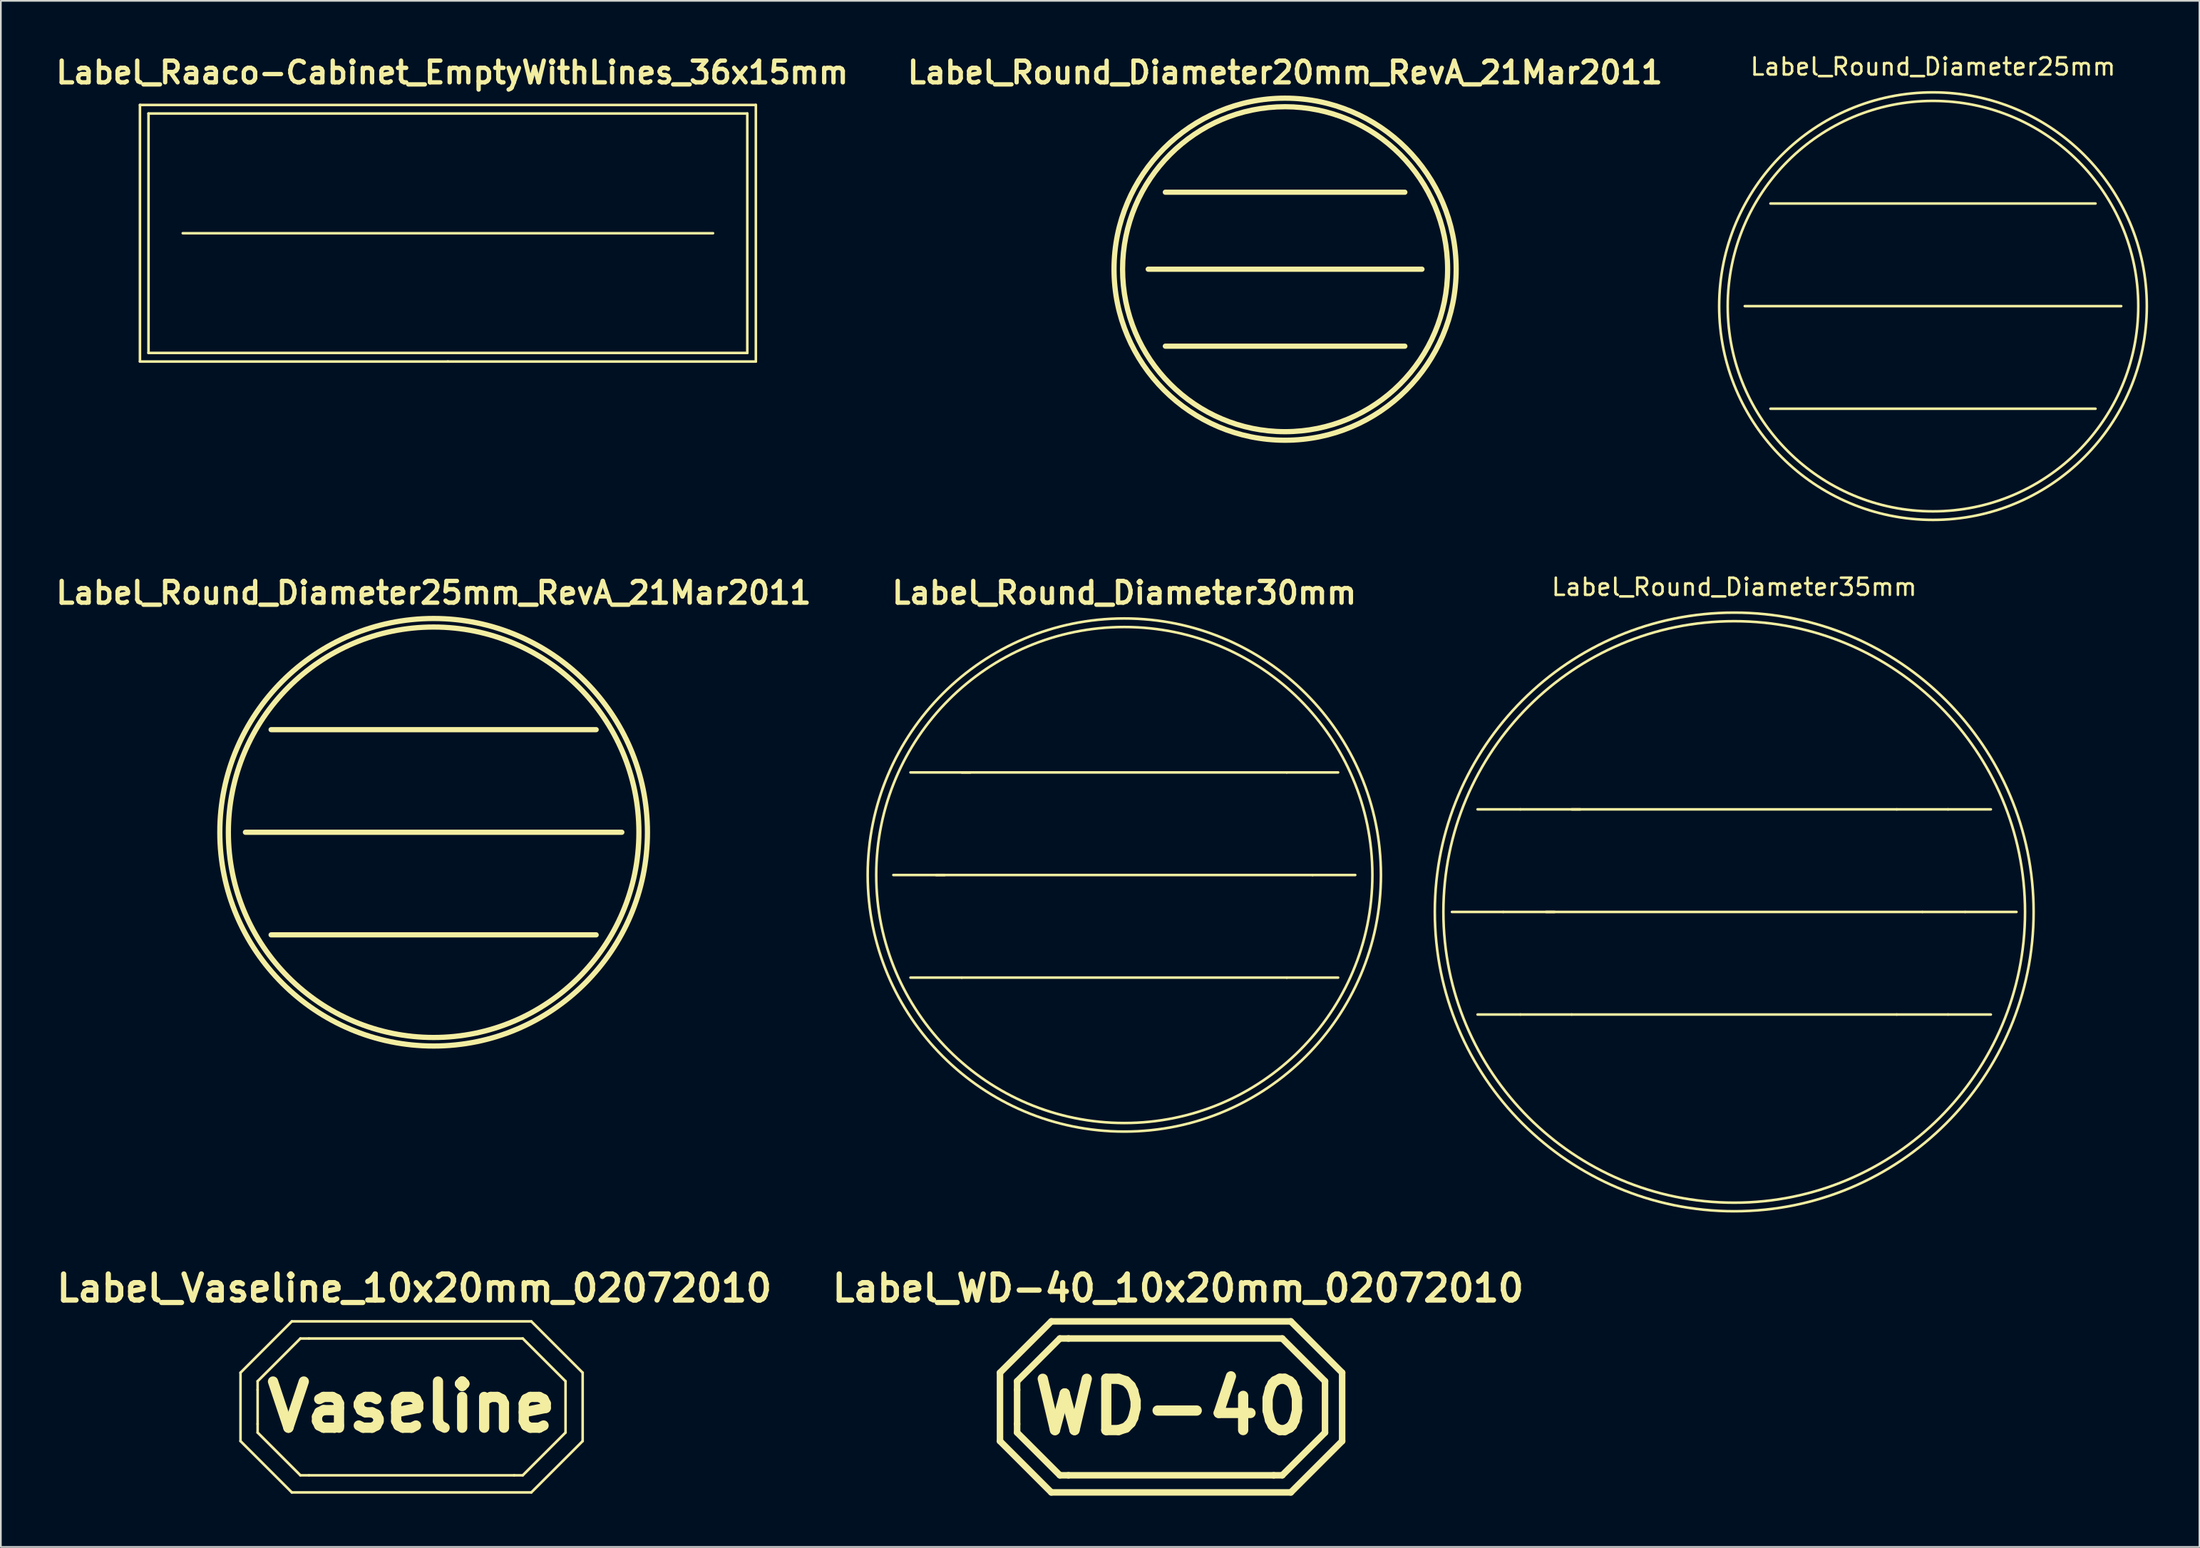
<source format=kicad_pcb>
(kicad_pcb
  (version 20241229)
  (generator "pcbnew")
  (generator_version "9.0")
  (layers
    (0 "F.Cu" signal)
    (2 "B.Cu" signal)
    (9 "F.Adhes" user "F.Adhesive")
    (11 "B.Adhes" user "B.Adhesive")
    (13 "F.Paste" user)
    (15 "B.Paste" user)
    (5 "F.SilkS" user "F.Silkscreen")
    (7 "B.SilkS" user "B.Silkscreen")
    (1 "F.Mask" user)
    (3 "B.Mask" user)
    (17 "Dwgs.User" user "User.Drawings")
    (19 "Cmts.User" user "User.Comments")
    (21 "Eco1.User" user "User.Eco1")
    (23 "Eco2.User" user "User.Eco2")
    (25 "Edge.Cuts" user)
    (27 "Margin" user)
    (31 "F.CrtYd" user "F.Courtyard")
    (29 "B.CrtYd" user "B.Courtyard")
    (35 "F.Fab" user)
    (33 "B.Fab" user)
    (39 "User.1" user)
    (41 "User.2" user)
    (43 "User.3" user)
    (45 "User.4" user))
  (footprint "Label_Round_Diameter35mm"
    (layer "F.Cu")
    (at 98.323 50.271)
    (property "Reference" "Label_Round_Diameter35mm" (at 0 -18.999 0) (layer "F.SilkS") (effects (font (size 1 1) (thickness 0.15))))
    (attr through_hole)
    (fp_line (start -13.5 0) (end -16.5 0) (stroke (width 0.15) (type solid)) (layer "F.SilkS"))
    (fp_line (start -12.499 -5.999) (end -15.001 -5.999) (stroke (width 0.15) (type solid)) (layer "F.SilkS"))
    (fp_line (start -12.499 5.999) (end -15.001 5.999) (stroke (width 0.15) (type solid)) (layer "F.SilkS"))
    (fp_line (start -11.001 0) (end 11.001 0) (stroke (width 0.15) (type solid)) (layer "F.SilkS"))
    (fp_line (start -10.5 0) (end -13.5 0) (stroke (width 0.15) (type solid)) (layer "F.SilkS"))
    (fp_line (start -9.5 5.999) (end -12.499 5.999) (stroke (width 0.15) (type solid)) (layer "F.SilkS"))
    (fp_line (start -9.5 5.999) (end 9.5 5.999) (stroke (width 0.15) (type solid)) (layer "F.SilkS"))
    (fp_line (start -8.999 -5.999) (end -12.499 -5.999) (stroke (width 0.15) (type solid)) (layer "F.SilkS"))
    (fp_line (start 9.5 -5.999) (end -9.5 -5.999) (stroke (width 0.15) (type solid)) (layer "F.SilkS"))
    (fp_line (start 9.5 -5.999) (end 12.499 -5.999) (stroke (width 0.15) (type solid)) (layer "F.SilkS"))
    (fp_line (start 9.5 5.999) (end 12.499 5.999) (stroke (width 0.15) (type solid)) (layer "F.SilkS"))
    (fp_line (start 11.001 0) (end 13.5 0) (stroke (width 0.15) (type solid)) (layer "F.SilkS"))
    (fp_line (start 12.499 -5.999) (end 15.001 -5.999) (stroke (width 0.15) (type solid)) (layer "F.SilkS"))
    (fp_line (start 12.499 5.999) (end 15.001 5.999) (stroke (width 0.15) (type solid)) (layer "F.SilkS"))
    (fp_line (start 13.5 0) (end 16.5 0) (stroke (width 0.15) (type solid)) (layer "F.SilkS"))
    (fp_circle (center 0 0) (end 17 0) (stroke (width 0.15) (type solid)) (fill no) (layer "F.SilkS"))
    (fp_circle (center 0 0) (end 17.501 0) (stroke (width 0.15) (type solid)) (fill no) (layer "F.SilkS")))
  (footprint "Label_Raaco-Cabinet_EmptyWithLines_36x15mm"
    (layer "F.Cu")
    (at 23.132 10.587)
    (property "Reference" "Label_Raaco-Cabinet_EmptyWithLines_36x15mm" (at 0.254 -9.398 0) (layer "F.SilkS") (effects (font (size 1.27 1.27) (thickness 0.254))))
    (attr through_hole)
    (fp_line (start -18.001 -7.501) (end -18.001 7.501) (stroke (width 0.15) (type solid)) (layer "F.SilkS"))
    (fp_line (start -18.001 7.501) (end 0 7.501) (stroke (width 0.15) (type solid)) (layer "F.SilkS"))
    (fp_line (start -17.501 -7) (end 17.501 -7) (stroke (width 0.15) (type solid)) (layer "F.SilkS"))
    (fp_line (start -17.501 7) (end -17.501 -7) (stroke (width 0.15) (type solid)) (layer "F.SilkS"))
    (fp_line (start -15.499 0) (end 15.499 0) (stroke (width 0.15) (type solid)) (layer "F.SilkS"))
    (fp_line (start 0 7.501) (end 18.001 7.501) (stroke (width 0.15) (type solid)) (layer "F.SilkS"))
    (fp_line (start 17.501 -7) (end 17.501 7) (stroke (width 0.15) (type solid)) (layer "F.SilkS"))
    (fp_line (start 17.501 7) (end -17.501 7) (stroke (width 0.15) (type solid)) (layer "F.SilkS"))
    (fp_line (start 18.001 -7.501) (end -18.001 -7.501) (stroke (width 0.15) (type solid)) (layer "F.SilkS"))
    (fp_line (start 18.001 7.501) (end 18.001 -7.501) (stroke (width 0.15) (type solid)) (layer "F.SilkS")))
  (footprint "Label_Vaseline_10x20mm_02072010"
    (layer "F.Cu")
    (at 21.169 79.131)
    (property "Reference" "Label_Vaseline_10x20mm_02072010" (at 0 -6.858 0) (layer "F.SilkS") (effects (font (size 1.524 1.524) (thickness 0.305))))
    (attr through_hole)
    (fp_line (start -10.16 -1.92) (end -10.16 2.08) (stroke (width 0.15) (type solid)) (layer "F.SilkS"))
    (fp_line (start -10.16 -1.92) (end -7.16 -4.92) (stroke (width 0.15) (type solid)) (layer "F.SilkS"))
    (fp_line (start -10.16 2.08) (end -7.16 5.08) (stroke (width 0.15) (type solid)) (layer "F.SilkS"))
    (fp_line (start -9.159 -1.42) (end -6.66 -3.919) (stroke (width 0.15) (type solid)) (layer "F.SilkS"))
    (fp_line (start -9.159 -0.919) (end -9.159 -1.42) (stroke (width 0.15) (type solid)) (layer "F.SilkS"))
    (fp_line (start -9.159 -0.919) (end -9.159 1.079) (stroke (width 0.15) (type solid)) (layer "F.SilkS"))
    (fp_line (start -9.159 1.079) (end -9.159 1.58) (stroke (width 0.15) (type solid)) (layer "F.SilkS"))
    (fp_line (start -9.159 1.58) (end -6.66 4.079) (stroke (width 0.15) (type solid)) (layer "F.SilkS"))
    (fp_line (start -7.16 -4.92) (end 6.84 -4.92) (stroke (width 0.15) (type solid)) (layer "F.SilkS"))
    (fp_line (start -6.66 -3.919) (end -6.16 -3.919) (stroke (width 0.15) (type solid)) (layer "F.SilkS"))
    (fp_line (start -6.66 4.079) (end -6.16 4.079) (stroke (width 0.15) (type solid)) (layer "F.SilkS"))
    (fp_line (start -6.16 4.079) (end 5.839 4.079) (stroke (width 0.15) (type solid)) (layer "F.SilkS"))
    (fp_line (start 6.34 -3.919) (end -6.16 -3.919) (stroke (width 0.15) (type solid)) (layer "F.SilkS"))
    (fp_line (start 6.34 4.079) (end 5.839 4.079) (stroke (width 0.15) (type solid)) (layer "F.SilkS"))
    (fp_line (start 6.84 5.08) (end -7.16 5.08) (stroke (width 0.15) (type solid)) (layer "F.SilkS"))
    (fp_line (start 6.84 5.08) (end 9.84 2.08) (stroke (width 0.15) (type solid)) (layer "F.SilkS"))
    (fp_line (start 8.839 -1.42) (end 6.34 -3.919) (stroke (width 0.15) (type solid)) (layer "F.SilkS"))
    (fp_line (start 8.839 -1.42) (end 8.839 1.58) (stroke (width 0.15) (type solid)) (layer "F.SilkS"))
    (fp_line (start 8.839 1.58) (end 6.34 4.079) (stroke (width 0.15) (type solid)) (layer "F.SilkS"))
    (fp_line (start 9.84 -1.92) (end 6.84 -4.92) (stroke (width 0.15) (type solid)) (layer "F.SilkS"))
    (fp_line (start 9.84 -1.92) (end 9.84 2.08) (stroke (width 0.15) (type solid)) (layer "F.SilkS"))
    (fp_text user "Vaseline" (at -0.16 0.079 0) (layer "F.SilkS") (effects (font (size 2.7 2.7) (thickness 0.599)))))
  (footprint "Label_Round_Diameter25mm"
    (layer "F.Cu")
    (at 109.942 14.849)
    (property "Reference" "Label_Round_Diameter25mm" (at 0 -14 0) (layer "F.SilkS") (effects (font (size 1 1) (thickness 0.15))))
    (attr through_hole)
    (fp_line (start -11.001 0) (end 11.001 0) (stroke (width 0.15) (type solid)) (layer "F.SilkS"))
    (fp_line (start -9.5 5.999) (end 9.5 5.999) (stroke (width 0.15) (type solid)) (layer "F.SilkS"))
    (fp_line (start 9.5 -5.999) (end -9.5 -5.999) (stroke (width 0.15) (type solid)) (layer "F.SilkS"))
    (fp_circle (center 0 0) (end -11.999 0) (stroke (width 0.15) (type solid)) (fill no) (layer "F.SilkS"))
    (fp_circle (center 0 0) (end 12.499 0) (stroke (width 0.15) (type solid)) (fill no) (layer "F.SilkS")))
  (footprint "Label_Round_Diameter30mm"
    (layer "F.Cu")
    (at 62.671 48.112)
    (property "Reference" "Label_Round_Diameter30mm" (at 0 -16.5 0) (layer "F.SilkS") (effects (font (size 1.27 1.27) (thickness 0.254))))
    (attr through_hole)
    (fp_line (start -11.001 0) (end 11.001 0) (stroke (width 0.15) (type solid)) (layer "F.SilkS"))
    (fp_line (start -10.5 0) (end -13.5 0) (stroke (width 0.15) (type solid)) (layer "F.SilkS"))
    (fp_line (start -9.5 5.999) (end -12.499 5.999) (stroke (width 0.15) (type solid)) (layer "F.SilkS"))
    (fp_line (start -9.5 5.999) (end 9.5 5.999) (stroke (width 0.15) (type solid)) (layer "F.SilkS"))
    (fp_line (start -8.999 -5.999) (end -12.499 -5.999) (stroke (width 0.15) (type solid)) (layer "F.SilkS"))
    (fp_line (start 9.5 -5.999) (end -9.5 -5.999) (stroke (width 0.15) (type solid)) (layer "F.SilkS"))
    (fp_line (start 9.5 -5.999) (end 12.499 -5.999) (stroke (width 0.15) (type solid)) (layer "F.SilkS"))
    (fp_line (start 9.5 5.999) (end 12.499 5.999) (stroke (width 0.15) (type solid)) (layer "F.SilkS"))
    (fp_line (start 11.001 0) (end 13.5 0) (stroke (width 0.15) (type solid)) (layer "F.SilkS"))
    (fp_circle (center 0 0) (end 14.501 0) (stroke (width 0.15) (type solid)) (fill no) (layer "F.SilkS"))
    (fp_circle (center 0 0) (end 15.001 0) (stroke (width 0.15) (type solid)) (fill no) (layer "F.SilkS")))
  (footprint "Label_Round_Diameter20mm_RevA_21Mar2011"
    (layer "F.Cu")
    (at 72.07 12.69)
    (property "Reference" "Label_Round_Diameter20mm_RevA_21Mar2011" (at 0 -11.501 0) (layer "F.SilkS") (effects (font (size 1.27 1.27) (thickness 0.254))))
    (attr through_hole)
    (fp_line (start -8.001 0) (end 8.001 0) (stroke (width 0.305) (type solid)) (layer "F.SilkS"))
    (fp_line (start -7 -4.501) (end 7 -4.501) (stroke (width 0.305) (type solid)) (layer "F.SilkS"))
    (fp_line (start -7 4.501) (end 7 4.501) (stroke (width 0.305) (type solid)) (layer "F.SilkS"))
    (fp_circle (center 0 0) (end 9.5 0) (stroke (width 0.305) (type solid)) (fill no) (layer "F.SilkS"))
    (fp_circle (center 0 0) (end 10 0) (stroke (width 0.305) (type solid)) (fill no) (layer "F.SilkS")))
  (footprint "Label_Round_Diameter25mm_RevA_21Mar2011"
    (layer "F.Cu")
    (at 22.298 45.612)
    (property "Reference" "Label_Round_Diameter25mm_RevA_21Mar2011" (at 0 -14 0) (layer "F.SilkS") (effects (font (size 1.27 1.27) (thickness 0.254))))
    (attr through_hole)
    (fp_line (start -11.001 0) (end 11.001 0) (stroke (width 0.305) (type solid)) (layer "F.SilkS"))
    (fp_line (start -9.5 5.999) (end 9.5 5.999) (stroke (width 0.305) (type solid)) (layer "F.SilkS"))
    (fp_line (start 9.5 -5.999) (end -9.5 -5.999) (stroke (width 0.305) (type solid)) (layer "F.SilkS"))
    (fp_circle (center 0 0) (end -11.999 0) (stroke (width 0.305) (type solid)) (fill no) (layer "F.SilkS"))
    (fp_circle (center 0 0) (end 12.499 0) (stroke (width 0.305) (type solid)) (fill no) (layer "F.SilkS")))
  (footprint "Label_WD-40_10x20mm_02072010"
    (layer "F.Cu")
    (at 65.818 79.385)
    (property "Reference" "Label_WD-40_10x20mm_02072010" (at 0 -7.112 0) (layer "F.SilkS") (effects (font (size 1.524 1.524) (thickness 0.305))))
    (attr through_hole)
    (fp_line (start -10.414 -2.174) (end -10.414 1.826) (stroke (width 0.381) (type solid)) (layer "F.SilkS"))
    (fp_line (start -10.414 -2.174) (end -7.414 -5.174) (stroke (width 0.381) (type solid)) (layer "F.SilkS"))
    (fp_line (start -10.414 1.826) (end -7.414 4.826) (stroke (width 0.381) (type solid)) (layer "F.SilkS"))
    (fp_line (start -9.413 -1.674) (end -6.914 -4.173) (stroke (width 0.381) (type solid)) (layer "F.SilkS"))
    (fp_line (start -9.413 -1.173) (end -9.413 -1.674) (stroke (width 0.381) (type solid)) (layer "F.SilkS"))
    (fp_line (start -9.413 -1.173) (end -9.413 0.826) (stroke (width 0.381) (type solid)) (layer "F.SilkS"))
    (fp_line (start -9.413 0.826) (end -9.413 1.326) (stroke (width 0.381) (type solid)) (layer "F.SilkS"))
    (fp_line (start -9.413 1.326) (end -6.914 3.825) (stroke (width 0.381) (type solid)) (layer "F.SilkS"))
    (fp_line (start -7.414 -5.174) (end 6.586 -5.174) (stroke (width 0.381) (type solid)) (layer "F.SilkS"))
    (fp_line (start -6.914 -4.173) (end -6.413 -4.173) (stroke (width 0.381) (type solid)) (layer "F.SilkS"))
    (fp_line (start -6.914 3.825) (end -6.413 3.825) (stroke (width 0.381) (type solid)) (layer "F.SilkS"))
    (fp_line (start -6.413 3.825) (end 5.585 3.825) (stroke (width 0.381) (type solid)) (layer "F.SilkS"))
    (fp_line (start 6.086 -4.173) (end -6.413 -4.173) (stroke (width 0.381) (type solid)) (layer "F.SilkS"))
    (fp_line (start 6.086 3.825) (end 5.585 3.825) (stroke (width 0.381) (type solid)) (layer "F.SilkS"))
    (fp_line (start 6.586 4.826) (end -7.414 4.826) (stroke (width 0.381) (type solid)) (layer "F.SilkS"))
    (fp_line (start 6.586 4.826) (end 9.586 1.826) (stroke (width 0.381) (type solid)) (layer "F.SilkS"))
    (fp_line (start 8.585 -1.674) (end 6.086 -4.173) (stroke (width 0.381) (type solid)) (layer "F.SilkS"))
    (fp_line (start 8.585 -1.674) (end 8.585 1.326) (stroke (width 0.381) (type solid)) (layer "F.SilkS"))
    (fp_line (start 8.585 1.326) (end 6.086 3.825) (stroke (width 0.381) (type solid)) (layer "F.SilkS"))
    (fp_line (start 9.586 -2.174) (end 6.586 -5.174) (stroke (width 0.381) (type solid)) (layer "F.SilkS"))
    (fp_line (start 9.586 -2.174) (end 9.586 1.826) (stroke (width 0.381) (type solid)) (layer "F.SilkS"))
    (fp_text user "WD-40" (at -0.414 -0.175 0) (layer "F.SilkS") (effects (font (size 3 3) (thickness 0.599)))))
  (gr_rect
    (start -3 -3)
    (end 125.516 87.401)
    (stroke (width 0.1) (type default))
    (fill no)
    (layer "Edge.Cuts")))
</source>
